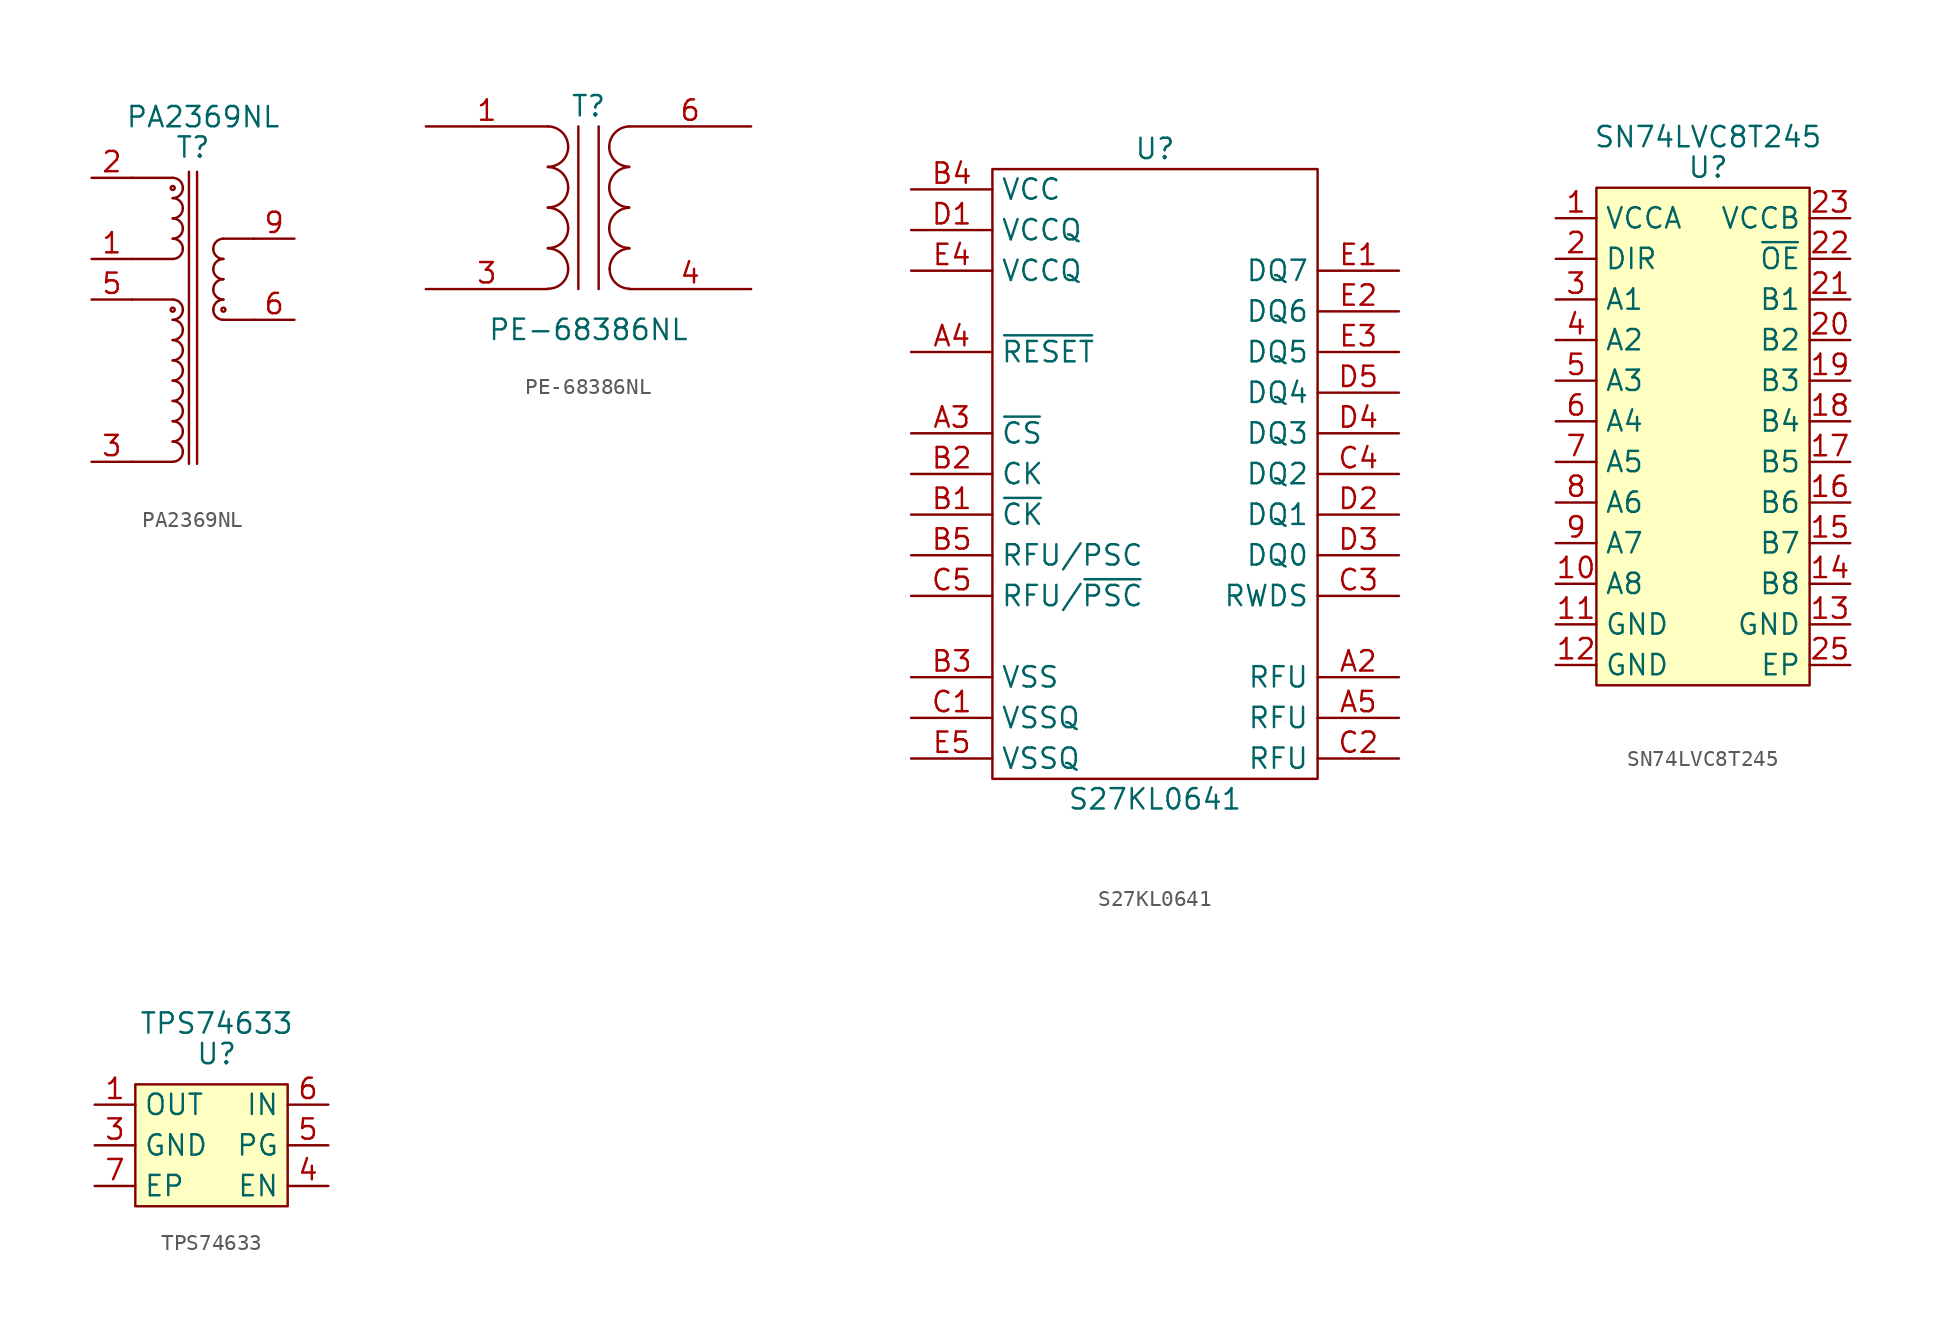
<source format=kicad_sym>
(kicad_symbol_lib
  (version 20200126)
  (host kicad_symbol_editor "5.99.0-unknown-4efed4b~101~ubuntu20.04.1")
  (symbol "h75_poe:PA2369NL"
    (property "Reference" "T"
      (at 0 0 0))
    (property "Value" "PA2369NL"
      (at 0.635 1.905 0))
    (symbol "PA2369NL_0_1"
      (arc (start -1.27 -6.985) (end -0.635 -6.35) (radius (at -1.27 -6.35) (length 0.635) (angles -90 0)))
      (arc (start -0.635 -6.35) (end -1.27 -5.715) (radius (at -1.27 -6.35) (length 0.635) (angles 0 90)))
      (arc (start -1.27 -5.715) (end -0.635 -5.08) (radius (at -1.27 -5.08) (length 0.635) (angles -90 0)))
      (arc (start -0.635 -5.08) (end -1.27 -4.445) (radius (at -1.27 -5.08) (length 0.635) (angles 0 90)))
      (arc (start -1.27 -4.445) (end -0.635 -3.81) (radius (at -1.27 -3.81) (length 0.635) (angles -90 0)))
      (arc (start -0.635 -3.81) (end -1.27 -3.175) (radius (at -1.27 -3.81) (length 0.635) (angles 0 90)))
      (arc (start -1.27 -3.175) (end -0.635 -2.54) (radius (at -1.27 -2.54) (length 0.635) (angles -90 0)))
      (arc (start -0.635 -2.54) (end -1.27 -1.905) (radius (at -1.27 -2.54) (length 0.635) (angles 0 90)))
      (arc (start -1.27 -14.605) (end -0.635 -13.97) (radius (at -1.27 -13.97) (length 0.635) (angles -90 0)))
      (arc (start -0.635 -13.97) (end -1.27 -13.335) (radius (at -1.27 -13.97) (length 0.635) (angles 0 90)))
      (arc (start -1.27 -13.335) (end -0.635 -12.7) (radius (at -1.27 -12.7) (length 0.635) (angles -90 0)))
      (arc (start -0.635 -12.7) (end -1.27 -12.065) (radius (at -1.27 -12.7) (length 0.635) (angles 0 90)))
      (arc (start -1.27 -12.065) (end -0.635 -11.43) (radius (at -1.27 -11.43) (length 0.635) (angles -90 0)))
      (arc (start -0.635 -11.43) (end -1.27 -10.795) (radius (at -1.27 -11.43) (length 0.635) (angles 0 90)))
      (arc (start -1.27 -10.795) (end -0.635 -10.16) (radius (at -1.27 -10.16) (length 0.635) (angles -90 0)))
      (arc (start -0.635 -10.16) (end -1.27 -9.525) (radius (at -1.27 -10.16) (length 0.635) (angles 0 90)))
      (arc (start -1.27 -19.685) (end -0.635 -19.05) (radius (at -1.27 -19.05) (length 0.635) (angles -90 0)))
      (arc (start -0.635 -19.05) (end -1.27 -18.415) (radius (at -1.27 -19.05) (length 0.635) (angles 0 90)))
      (arc (start -1.27 -18.415) (end -0.635 -17.78) (radius (at -1.27 -17.78) (length 0.635) (angles -90 0)))
      (arc (start -0.635 -17.78) (end -1.27 -17.145) (radius (at -1.27 -17.78) (length 0.635) (angles 0 90)))
      (arc (start -1.27 -17.145) (end -0.635 -16.51) (radius (at -1.27 -16.51) (length 0.635) (angles -90 0)))
      (arc (start -0.635 -16.51) (end -1.27 -15.875) (radius (at -1.27 -16.51) (length 0.635) (angles 0 90)))
      (arc (start -1.27 -15.875) (end -0.635 -15.24) (radius (at -1.27 -15.24) (length 0.635) (angles -90 0)))
      (arc (start -0.635 -15.24) (end -1.27 -14.605) (radius (at -1.27 -15.24) (length 0.635) (angles 0 90)))
      (arc (start 1.27 -10.16) (end 1.905 -10.795) (radius (at 1.905 -10.16) (length 0.635) (angles 180 -90)))
      (arc (start 1.905 -9.525) (end 1.27 -10.16) (radius (at 1.905 -10.16) (length 0.635) (angles 90 180)))
      (arc (start 1.27 -8.89) (end 1.905 -9.525) (radius (at 1.905 -8.89) (length 0.635) (angles 180 -90)))
      (arc (start 1.905 -8.255) (end 1.27 -8.89) (radius (at 1.905 -8.89) (length 0.635) (angles 90 180)))
      (arc (start 1.27 -7.62) (end 1.905 -8.255) (radius (at 1.905 -7.62) (length 0.635) (angles 180 -90)))
      (arc (start 1.905 -6.985) (end 1.27 -7.62) (radius (at 1.905 -7.62) (length 0.635) (angles 90 180)))
      (arc (start 1.27 -6.35) (end 1.905 -6.985) (radius (at 1.905 -6.35) (length 0.635) (angles 180 -90)))
      (arc (start 1.905 -5.715) (end 1.27 -6.35) (radius (at 1.905 -6.35) (length 0.635) (angles 90 180)))
      (circle (center -1.27 -2.54) (radius 0.127))
      (circle (center -1.27 -10.16) (radius 0.127))
      (circle (center 1.905 -10.16) (radius 0.127))
      (polyline (pts (xy -1.27 -1.905) (xy -3.81 -1.905)))
      (polyline (pts (xy -1.27 -6.985) (xy -3.81 -6.985)))
      (polyline (pts (xy -1.27 -9.525) (xy -3.81 -9.525)))
      (polyline (pts (xy -1.27 -19.685) (xy -3.81 -19.685)))
      (polyline (pts (xy 1.905 -5.715) (xy 3.81 -5.715)))
      (polyline (pts (xy 1.905 -10.795) (xy 3.81 -10.795)))
      (polyline (pts (xy -0.254 -1.524) (xy -0.254 -19.812)))
      (polyline (pts (xy 0.254 -1.524) (xy 0.254 -19.812))))
    (symbol "PA2369NL_1_1"
      (pin input line (at -6.35 -1.905 0) (length 2.54) (name "~") (number "2"))
      (pin input line (at -6.35 -6.985 0) (length 2.54) (name "~") (number "1"))
      (pin input line (at -6.35 -9.525 0) (length 2.54) (name "~") (number "5"))
      (pin input line (at -6.35 -19.685 0) (length 2.54) (name "~") (number "3"))
      (pin input line (at 6.35 -10.795 180) (length 2.54) (name "~") (number "6"))
      (pin input line (at 6.35 -5.715 180) (length 2.54) (name "~") (number "9"))
      (pin input line (at 6.35 -10.795 180) (length 2.54) (name "~") (number "7") hide)
      (pin input line (at 6.35 -5.715 180) (length 2.54) (name "~") (number "10") hide)))
  (symbol "h75_poe:PE-68386NL"
    (pin_names hide)
    (property "Reference" "T"
      (at 0 6.35 0))
    (property "Value" "PE-68386NL"
      (at 0 -7.62 0))
    (symbol "PE-68386NL_0_1"
      (arc (start -2.54 -2.54) (end -1.27 -3.81) (radius (at -2.54 -3.81) (length 1.27) (angles 89.9 0.1)))
      (arc (start -1.27 -3.81) (end -2.54 -5.0546) (radius (at -2.54 -3.81) (length 1.27) (angles -0.1 -89.9)))
      (arc (start -2.54 0) (end -1.27 -1.27) (radius (at -2.54 -1.27) (length 1.27) (angles 89.9 0.1)))
      (arc (start -1.27 -1.27) (end -2.54 -2.5146) (radius (at -2.54 -1.27) (length 1.27) (angles -0.1 -89.9)))
      (arc (start -2.54 2.54) (end -1.27 1.27) (radius (at -2.54 1.27) (length 1.27) (angles 89.9 0.1)))
      (arc (start -1.27 1.27) (end -2.54 0.0254) (radius (at -2.54 1.27) (length 1.27) (angles -0.1 -89.9)))
      (arc (start -2.54 5.08) (end -1.27 3.81) (radius (at -2.54 3.81) (length 1.27) (angles 89.9 0.1)))
      (arc (start -1.27 3.81) (end -2.54 2.5654) (radius (at -2.54 3.81) (length 1.27) (angles -0.1 -89.9)))
      (arc (start 2.54 0) (end 1.2954 -1.27) (radius (at 2.54 -1.27) (length 1.27) (angles 89.9 -179.9)))
      (arc (start 1.2954 -1.27) (end 2.54 -2.5146) (radius (at 2.54 -1.27) (length 1.27) (angles 179.9 -89.9)))
      (arc (start 2.54 2.54) (end 1.2954 1.27) (radius (at 2.54 1.27) (length 1.27) (angles 89.9 -179.9)))
      (arc (start 1.2954 1.27) (end 2.54 0.0254) (radius (at 2.54 1.27) (length 1.27) (angles 179.9 -89.9)))
      (arc (start 2.54 5.08) (end 1.2954 3.81) (radius (at 2.54 3.81) (length 1.27) (angles 89.9 -179.9)))
      (arc (start 1.2954 3.81) (end 2.54 2.5654) (radius (at 2.54 3.81) (length 1.27) (angles 179.9 -89.9)))
      (arc (start 2.5654 -2.54) (end 1.3208 -3.81) (radius (at 2.5654 -3.81) (length 1.27) (angles 91 -179.9)))
      (arc (start 2.5654 -5.0546) (end 1.3208 -3.81) (radius (at 2.5654 -3.81) (length 1.27) (angles -91.2 -179.9)))
      (polyline (pts (xy -0.635 5.08) (xy -0.635 -5.08)))
      (polyline (pts (xy 0.635 -5.08) (xy 0.635 5.08))))
    (symbol "PE-68386NL_1_1"
      (pin passive line (at -10.16 5.08 0) (length 7.62) (name "AA") (number "1"))
      (pin passive line (at 10.16 5.08 180) (length 7.62) (name "~") (number "6"))
      (pin passive line (at 10.16 -5.08 180) (length 7.62) (name "SA") (number "4"))
      (pin passive line (at -10.16 -5.08 0) (length 7.62) (name "~") (number "3"))))
  (symbol "h75_poe:S27KL0641"
    (property "Reference" "U"
      (at 0 20.32 0))
    (property "Value" "S27KL0641"
      (at 0 -20.32 0))
    (symbol "S27KL0641_0_1"
      (rectangle (start -10.16 19.05) (end 10.16 -19.05)))
    (symbol "S27KL0641_1_1"
      (pin passive line (at 15.24 -12.7 180) (length 5.08) (name "RFU") (number "A2"))
      (pin input line (at -15.24 2.54 0) (length 5.08) (name "~CS") (number "A3"))
      (pin input line (at -15.24 7.62 0) (length 5.08) (name "~RESET") (number "A4"))
      (pin passive line (at 15.24 -15.24 180) (length 5.08) (name "RFU") (number "A5"))
      (pin input line (at -15.24 -2.54 0) (length 5.08) (name "~CK") (number "B1"))
      (pin input line (at -15.24 0 0) (length 5.08) (name "CK") (number "B2"))
      (pin power_in line (at -15.24 -12.7 0) (length 5.08) (name "VSS") (number "B3"))
      (pin power_in line (at -15.24 17.78 0) (length 5.08) (name "VCC") (number "B4"))
      (pin input line (at -15.24 -5.08 0) (length 5.08) (name "RFU/PSC") (number "B5"))
      (pin power_in line (at -15.24 -15.24 0) (length 5.08) (name "VSSQ") (number "C1"))
      (pin passive line (at 15.24 -17.78 180) (length 5.08) (name "RFU") (number "C2"))
      (pin bidirectional line (at 15.24 -7.62 180) (length 5.08) (name "RWDS") (number "C3"))
      (pin bidirectional line (at 15.24 0 180) (length 5.08) (name "DQ2") (number "C4"))
      (pin input line (at -15.24 -7.62 0) (length 5.08) (name "RFU/~PSC") (number "C5"))
      (pin power_in line (at -15.24 15.24 0) (length 5.08) (name "VCCQ") (number "D1"))
      (pin bidirectional line (at 15.24 -2.54 180) (length 5.08) (name "DQ1") (number "D2"))
      (pin bidirectional line (at 15.24 -5.08 180) (length 5.08) (name "DQ0") (number "D3"))
      (pin bidirectional line (at 15.24 2.54 180) (length 5.08) (name "DQ3") (number "D4"))
      (pin bidirectional line (at 15.24 5.08 180) (length 5.08) (name "DQ4") (number "D5"))
      (pin bidirectional line (at 15.24 12.7 180) (length 5.08) (name "DQ7") (number "E1"))
      (pin bidirectional line (at 15.24 10.16 180) (length 5.08) (name "DQ6") (number "E2"))
      (pin bidirectional line (at 15.24 7.62 180) (length 5.08) (name "DQ5") (number "E3"))
      (pin power_in line (at -15.24 12.7 0) (length 5.08) (name "VCCQ") (number "E4"))
      (pin power_in line (at -15.24 -17.78 0) (length 5.08) (name "VSSQ") (number "E5"))))
  (symbol "h75_poe:SN74LVC8T245"
    (property "Reference" "U"
      (at 0 1.27 0))
    (property "Value" "SN74LVC8T245"
      (at 0 3.175 0))
    (symbol "SN74LVC8T245_0_1"
      (rectangle (start -6.985 0) (end 6.35 -31.115) (stroke (width 0.152)) (fill (type background))))
    (symbol "SN74LVC8T245_0_0"
      (pin unspecified line (at -9.525 -1.905 0) (length 2.54) (name "VCCA") (number "1"))
      (pin unspecified line (at -9.525 -4.445 0) (length 2.54) (name "DIR") (number "2"))
      (pin unspecified line (at -9.525 -6.985 0) (length 2.54) (name "A1") (number "3"))
      (pin unspecified line (at -9.525 -9.525 0) (length 2.54) (name "A2") (number "4"))
      (pin unspecified line (at -9.525 -12.065 0) (length 2.54) (name "A3") (number "5"))
      (pin unspecified line (at -9.525 -14.605 0) (length 2.54) (name "A4") (number "6"))
      (pin unspecified line (at -9.525 -17.145 0) (length 2.54) (name "A5") (number "7"))
      (pin unspecified line (at -9.525 -19.685 0) (length 2.54) (name "A6") (number "8"))
      (pin unspecified line (at -9.525 -22.225 0) (length 2.54) (name "A7") (number "9"))
      (pin unspecified line (at -9.525 -24.765 0) (length 2.54) (name "A8") (number "10"))
      (pin unspecified line (at -9.525 -27.305 0) (length 2.54) (name "GND") (number "11"))
      (pin unspecified line (at -9.525 -29.845 0) (length 2.54) (name "GND") (number "12"))
      (pin unspecified line (at 8.89 -27.305 180) (length 2.54) (name "GND") (number "13"))
      (pin unspecified line (at 8.89 -24.765 180) (length 2.54) (name "B8") (number "14"))
      (pin unspecified line (at 8.89 -22.225 180) (length 2.54) (name "B7") (number "15"))
      (pin unspecified line (at 8.89 -19.685 180) (length 2.54) (name "B6") (number "16"))
      (pin unspecified line (at 8.89 -17.145 180) (length 2.54) (name "B5") (number "17"))
      (pin unspecified line (at 8.89 -14.605 180) (length 2.54) (name "B4") (number "18"))
      (pin unspecified line (at 8.89 -12.065 180) (length 2.54) (name "B3") (number "19"))
      (pin unspecified line (at 8.89 -9.525 180) (length 2.54) (name "B2") (number "20"))
      (pin unspecified line (at 8.89 -6.985 180) (length 2.54) (name "B1") (number "21"))
      (pin unspecified line (at 8.89 -4.445 180) (length 2.54) (name "~OE") (number "22"))
      (pin unspecified line (at 8.89 -1.905 180) (length 2.54) (name "VCCB") (number "23"))
      (pin unspecified line (at 8.89 -1.905 180) (length 2.54) (name "VCCB") (number "24") hide)
      (pin unspecified line (at 8.89 -29.845 180) (length 2.54) (name "EP") (number "25"))
      (pin unspecified line (at 8.89 -29.855 180) (length 2.54) (name "EP") (number "26") hide)
      (pin unspecified line (at 8.89 -29.865 180) (length 2.54) (name "EP") (number "27") hide)
      (pin unspecified line (at 8.89 -29.875 180) (length 2.54) (name "EP") (number "28") hide)
      (pin unspecified line (at 8.89 -29.885 180) (length 2.54) (name "EP") (number "29") hide)))
  (symbol "h75_poe:TPS74633"
    (property "Reference" "U"
      (at 0 1.27 0))
    (property "Value" "TPS74633"
      (at 0 3.175 0))
    (symbol "TPS74633_0_1"
      (rectangle (start 4.445 -0.635) (end -5.08 -8.255) (stroke (width 0.152)) (fill (type background))))
    (symbol "TPS74633_1_1"
      (pin input line (at -7.62 -1.905 0) (length 2.54) (name "OUT") (number "1"))
      (pin unconnected line (at 0 -8.255 90) (length 2.54) (name "NC") (number "2") hide)
      (pin input line (at -7.62 -4.445 0) (length 2.54) (name "GND") (number "3"))
      (pin input line (at 6.985 -1.905 180) (length 2.54) (name "IN") (number "6"))
      (pin input line (at 6.985 -4.445 180) (length 2.54) (name "PG") (number "5"))
      (pin input line (at 6.985 -6.985 180) (length 2.54) (name "EN") (number "4"))
      (pin input line (at -7.62 -6.985 0) (length 2.54) (name "EP") (number "7")))))
</source>
